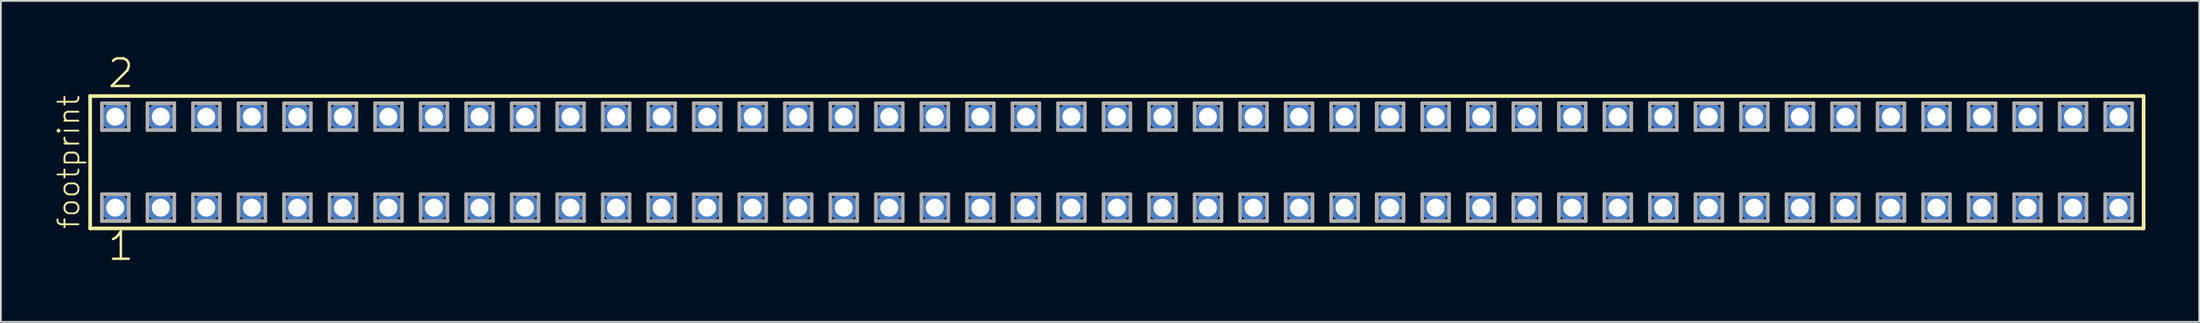
<source format=kicad_pcb>
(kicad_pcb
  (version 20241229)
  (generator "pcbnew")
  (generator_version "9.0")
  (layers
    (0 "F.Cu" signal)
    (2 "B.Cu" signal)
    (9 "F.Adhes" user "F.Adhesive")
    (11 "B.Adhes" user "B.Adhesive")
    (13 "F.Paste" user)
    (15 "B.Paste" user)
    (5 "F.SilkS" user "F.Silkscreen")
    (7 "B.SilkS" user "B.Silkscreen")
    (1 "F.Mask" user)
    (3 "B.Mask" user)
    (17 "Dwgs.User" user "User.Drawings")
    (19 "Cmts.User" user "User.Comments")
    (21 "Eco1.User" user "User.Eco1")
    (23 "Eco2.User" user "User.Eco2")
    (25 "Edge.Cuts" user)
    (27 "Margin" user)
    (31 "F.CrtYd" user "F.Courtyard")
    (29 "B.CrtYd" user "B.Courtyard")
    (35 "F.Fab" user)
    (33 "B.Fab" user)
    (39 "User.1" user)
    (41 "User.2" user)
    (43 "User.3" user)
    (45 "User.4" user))
  (footprint "footprint"
    (layer "F.Cu")
    (at 59.258 6.009)
    (property "Reference" "footprint" (at -57.785 3.81 90) (layer "F.SilkS") (effects (font (size 1.168 1.168) (thickness 0.102)) (justify left bottom)))
    (fp_line (start -57.279 -3.695) (end 57.279 -3.695) (stroke (width 0.203) (type solid)) (layer "F.SilkS"))
    (fp_line (start -57.279 3.695) (end -57.279 -3.695) (stroke (width 0.203) (type solid)) (layer "F.SilkS"))
    (fp_line (start 57.279 -3.695) (end 57.279 3.695) (stroke (width 0.203) (type solid)) (layer "F.SilkS"))
    (fp_line (start 57.279 3.695) (end -57.279 3.695) (stroke (width 0.203) (type solid)) (layer "F.SilkS"))
    (fp_line (start -56.625 -3.295) (end -55.125 -3.295) (stroke (width 0.203) (type solid)) (layer "F.Fab"))
    (fp_line (start -56.625 -1.795) (end -56.625 -3.295) (stroke (width 0.203) (type solid)) (layer "F.Fab"))
    (fp_line (start -56.625 1.785) (end -55.125 1.785) (stroke (width 0.203) (type solid)) (layer "F.Fab"))
    (fp_line (start -56.625 3.285) (end -56.625 1.785) (stroke (width 0.203) (type solid)) (layer "F.Fab"))
    (fp_line (start -55.125 -3.295) (end -55.125 -1.795) (stroke (width 0.203) (type solid)) (layer "F.Fab"))
    (fp_line (start -55.125 -1.795) (end -56.625 -1.795) (stroke (width 0.203) (type solid)) (layer "F.Fab"))
    (fp_line (start -55.125 1.785) (end -55.125 3.285) (stroke (width 0.203) (type solid)) (layer "F.Fab"))
    (fp_line (start -55.125 3.285) (end -56.625 3.285) (stroke (width 0.203) (type solid)) (layer "F.Fab"))
    (fp_line (start -54.085 -3.295) (end -52.585 -3.295) (stroke (width 0.203) (type solid)) (layer "F.Fab"))
    (fp_line (start -54.085 -1.795) (end -54.085 -3.295) (stroke (width 0.203) (type solid)) (layer "F.Fab"))
    (fp_line (start -54.085 1.785) (end -52.585 1.785) (stroke (width 0.203) (type solid)) (layer "F.Fab"))
    (fp_line (start -54.085 3.285) (end -54.085 1.785) (stroke (width 0.203) (type solid)) (layer "F.Fab"))
    (fp_line (start -52.585 -3.295) (end -52.585 -1.795) (stroke (width 0.203) (type solid)) (layer "F.Fab"))
    (fp_line (start -52.585 -1.795) (end -54.085 -1.795) (stroke (width 0.203) (type solid)) (layer "F.Fab"))
    (fp_line (start -52.585 1.785) (end -52.585 3.285) (stroke (width 0.203) (type solid)) (layer "F.Fab"))
    (fp_line (start -52.585 3.285) (end -54.085 3.285) (stroke (width 0.203) (type solid)) (layer "F.Fab"))
    (fp_line (start -51.545 -3.295) (end -50.045 -3.295) (stroke (width 0.203) (type solid)) (layer "F.Fab"))
    (fp_line (start -51.545 -1.795) (end -51.545 -3.295) (stroke (width 0.203) (type solid)) (layer "F.Fab"))
    (fp_line (start -51.545 1.785) (end -50.045 1.785) (stroke (width 0.203) (type solid)) (layer "F.Fab"))
    (fp_line (start -51.545 3.285) (end -51.545 1.785) (stroke (width 0.203) (type solid)) (layer "F.Fab"))
    (fp_line (start -50.045 -3.295) (end -50.045 -1.795) (stroke (width 0.203) (type solid)) (layer "F.Fab"))
    (fp_line (start -50.045 -1.795) (end -51.545 -1.795) (stroke (width 0.203) (type solid)) (layer "F.Fab"))
    (fp_line (start -50.045 1.785) (end -50.045 3.285) (stroke (width 0.203) (type solid)) (layer "F.Fab"))
    (fp_line (start -50.045 3.285) (end -51.545 3.285) (stroke (width 0.203) (type solid)) (layer "F.Fab"))
    (fp_line (start -49.005 -3.295) (end -47.505 -3.295) (stroke (width 0.203) (type solid)) (layer "F.Fab"))
    (fp_line (start -49.005 -1.795) (end -49.005 -3.295) (stroke (width 0.203) (type solid)) (layer "F.Fab"))
    (fp_line (start -49.005 1.785) (end -47.505 1.785) (stroke (width 0.203) (type solid)) (layer "F.Fab"))
    (fp_line (start -49.005 3.285) (end -49.005 1.785) (stroke (width 0.203) (type solid)) (layer "F.Fab"))
    (fp_line (start -47.505 -3.295) (end -47.505 -1.795) (stroke (width 0.203) (type solid)) (layer "F.Fab"))
    (fp_line (start -47.505 -1.795) (end -49.005 -1.795) (stroke (width 0.203) (type solid)) (layer "F.Fab"))
    (fp_line (start -47.505 1.785) (end -47.505 3.285) (stroke (width 0.203) (type solid)) (layer "F.Fab"))
    (fp_line (start -47.505 3.285) (end -49.005 3.285) (stroke (width 0.203) (type solid)) (layer "F.Fab"))
    (fp_line (start -46.465 -3.295) (end -44.965 -3.295) (stroke (width 0.203) (type solid)) (layer "F.Fab"))
    (fp_line (start -46.465 -1.795) (end -46.465 -3.295) (stroke (width 0.203) (type solid)) (layer "F.Fab"))
    (fp_line (start -46.465 1.785) (end -44.965 1.785) (stroke (width 0.203) (type solid)) (layer "F.Fab"))
    (fp_line (start -46.465 3.285) (end -46.465 1.785) (stroke (width 0.203) (type solid)) (layer "F.Fab"))
    (fp_line (start -44.965 -3.295) (end -44.965 -1.795) (stroke (width 0.203) (type solid)) (layer "F.Fab"))
    (fp_line (start -44.965 -1.795) (end -46.465 -1.795) (stroke (width 0.203) (type solid)) (layer "F.Fab"))
    (fp_line (start -44.965 1.785) (end -44.965 3.285) (stroke (width 0.203) (type solid)) (layer "F.Fab"))
    (fp_line (start -44.965 3.285) (end -46.465 3.285) (stroke (width 0.203) (type solid)) (layer "F.Fab"))
    (fp_line (start -43.925 -3.295) (end -42.425 -3.295) (stroke (width 0.203) (type solid)) (layer "F.Fab"))
    (fp_line (start -43.925 -1.795) (end -43.925 -3.295) (stroke (width 0.203) (type solid)) (layer "F.Fab"))
    (fp_line (start -43.925 1.785) (end -42.425 1.785) (stroke (width 0.203) (type solid)) (layer "F.Fab"))
    (fp_line (start -43.925 3.285) (end -43.925 1.785) (stroke (width 0.203) (type solid)) (layer "F.Fab"))
    (fp_line (start -42.425 -3.295) (end -42.425 -1.795) (stroke (width 0.203) (type solid)) (layer "F.Fab"))
    (fp_line (start -42.425 -1.795) (end -43.925 -1.795) (stroke (width 0.203) (type solid)) (layer "F.Fab"))
    (fp_line (start -42.425 1.785) (end -42.425 3.285) (stroke (width 0.203) (type solid)) (layer "F.Fab"))
    (fp_line (start -42.425 3.285) (end -43.925 3.285) (stroke (width 0.203) (type solid)) (layer "F.Fab"))
    (fp_line (start -41.385 -3.295) (end -39.885 -3.295) (stroke (width 0.203) (type solid)) (layer "F.Fab"))
    (fp_line (start -41.385 -1.795) (end -41.385 -3.295) (stroke (width 0.203) (type solid)) (layer "F.Fab"))
    (fp_line (start -41.385 1.785) (end -39.885 1.785) (stroke (width 0.203) (type solid)) (layer "F.Fab"))
    (fp_line (start -41.385 3.285) (end -41.385 1.785) (stroke (width 0.203) (type solid)) (layer "F.Fab"))
    (fp_line (start -39.885 -3.295) (end -39.885 -1.795) (stroke (width 0.203) (type solid)) (layer "F.Fab"))
    (fp_line (start -39.885 -1.795) (end -41.385 -1.795) (stroke (width 0.203) (type solid)) (layer "F.Fab"))
    (fp_line (start -39.885 1.785) (end -39.885 3.285) (stroke (width 0.203) (type solid)) (layer "F.Fab"))
    (fp_line (start -39.885 3.285) (end -41.385 3.285) (stroke (width 0.203) (type solid)) (layer "F.Fab"))
    (fp_line (start -38.845 -3.295) (end -37.345 -3.295) (stroke (width 0.203) (type solid)) (layer "F.Fab"))
    (fp_line (start -38.845 -1.795) (end -38.845 -3.295) (stroke (width 0.203) (type solid)) (layer "F.Fab"))
    (fp_line (start -38.845 1.785) (end -37.345 1.785) (stroke (width 0.203) (type solid)) (layer "F.Fab"))
    (fp_line (start -38.845 3.285) (end -38.845 1.785) (stroke (width 0.203) (type solid)) (layer "F.Fab"))
    (fp_line (start -37.345 -3.295) (end -37.345 -1.795) (stroke (width 0.203) (type solid)) (layer "F.Fab"))
    (fp_line (start -37.345 -1.795) (end -38.845 -1.795) (stroke (width 0.203) (type solid)) (layer "F.Fab"))
    (fp_line (start -37.345 1.785) (end -37.345 3.285) (stroke (width 0.203) (type solid)) (layer "F.Fab"))
    (fp_line (start -37.345 3.285) (end -38.845 3.285) (stroke (width 0.203) (type solid)) (layer "F.Fab"))
    (fp_line (start -36.305 -3.295) (end -34.805 -3.295) (stroke (width 0.203) (type solid)) (layer "F.Fab"))
    (fp_line (start -36.305 -1.795) (end -36.305 -3.295) (stroke (width 0.203) (type solid)) (layer "F.Fab"))
    (fp_line (start -36.305 1.785) (end -34.805 1.785) (stroke (width 0.203) (type solid)) (layer "F.Fab"))
    (fp_line (start -36.305 3.285) (end -36.305 1.785) (stroke (width 0.203) (type solid)) (layer "F.Fab"))
    (fp_line (start -34.805 -3.295) (end -34.805 -1.795) (stroke (width 0.203) (type solid)) (layer "F.Fab"))
    (fp_line (start -34.805 -1.795) (end -36.305 -1.795) (stroke (width 0.203) (type solid)) (layer "F.Fab"))
    (fp_line (start -34.805 1.785) (end -34.805 3.285) (stroke (width 0.203) (type solid)) (layer "F.Fab"))
    (fp_line (start -34.805 3.285) (end -36.305 3.285) (stroke (width 0.203) (type solid)) (layer "F.Fab"))
    (fp_line (start -33.765 -3.295) (end -32.265 -3.295) (stroke (width 0.203) (type solid)) (layer "F.Fab"))
    (fp_line (start -33.765 -1.795) (end -33.765 -3.295) (stroke (width 0.203) (type solid)) (layer "F.Fab"))
    (fp_line (start -33.765 1.785) (end -32.265 1.785) (stroke (width 0.203) (type solid)) (layer "F.Fab"))
    (fp_line (start -33.765 3.285) (end -33.765 1.785) (stroke (width 0.203) (type solid)) (layer "F.Fab"))
    (fp_line (start -32.265 -3.295) (end -32.265 -1.795) (stroke (width 0.203) (type solid)) (layer "F.Fab"))
    (fp_line (start -32.265 -1.795) (end -33.765 -1.795) (stroke (width 0.203) (type solid)) (layer "F.Fab"))
    (fp_line (start -32.265 1.785) (end -32.265 3.285) (stroke (width 0.203) (type solid)) (layer "F.Fab"))
    (fp_line (start -32.265 3.285) (end -33.765 3.285) (stroke (width 0.203) (type solid)) (layer "F.Fab"))
    (fp_line (start -31.225 -3.295) (end -29.725 -3.295) (stroke (width 0.203) (type solid)) (layer "F.Fab"))
    (fp_line (start -31.225 -1.795) (end -31.225 -3.295) (stroke (width 0.203) (type solid)) (layer "F.Fab"))
    (fp_line (start -31.225 1.785) (end -29.725 1.785) (stroke (width 0.203) (type solid)) (layer "F.Fab"))
    (fp_line (start -31.225 3.285) (end -31.225 1.785) (stroke (width 0.203) (type solid)) (layer "F.Fab"))
    (fp_line (start -29.725 -3.295) (end -29.725 -1.795) (stroke (width 0.203) (type solid)) (layer "F.Fab"))
    (fp_line (start -29.725 -1.795) (end -31.225 -1.795) (stroke (width 0.203) (type solid)) (layer "F.Fab"))
    (fp_line (start -29.725 1.785) (end -29.725 3.285) (stroke (width 0.203) (type solid)) (layer "F.Fab"))
    (fp_line (start -29.725 3.285) (end -31.225 3.285) (stroke (width 0.203) (type solid)) (layer "F.Fab"))
    (fp_line (start -28.685 -3.295) (end -27.185 -3.295) (stroke (width 0.203) (type solid)) (layer "F.Fab"))
    (fp_line (start -28.685 -1.795) (end -28.685 -3.295) (stroke (width 0.203) (type solid)) (layer "F.Fab"))
    (fp_line (start -28.685 1.785) (end -27.185 1.785) (stroke (width 0.203) (type solid)) (layer "F.Fab"))
    (fp_line (start -28.685 3.285) (end -28.685 1.785) (stroke (width 0.203) (type solid)) (layer "F.Fab"))
    (fp_line (start -27.185 -3.295) (end -27.185 -1.795) (stroke (width 0.203) (type solid)) (layer "F.Fab"))
    (fp_line (start -27.185 -1.795) (end -28.685 -1.795) (stroke (width 0.203) (type solid)) (layer "F.Fab"))
    (fp_line (start -27.185 1.785) (end -27.185 3.285) (stroke (width 0.203) (type solid)) (layer "F.Fab"))
    (fp_line (start -27.185 3.285) (end -28.685 3.285) (stroke (width 0.203) (type solid)) (layer "F.Fab"))
    (fp_line (start -26.145 -3.295) (end -24.645 -3.295) (stroke (width 0.203) (type solid)) (layer "F.Fab"))
    (fp_line (start -26.145 -1.795) (end -26.145 -3.295) (stroke (width 0.203) (type solid)) (layer "F.Fab"))
    (fp_line (start -26.145 1.785) (end -24.645 1.785) (stroke (width 0.203) (type solid)) (layer "F.Fab"))
    (fp_line (start -26.145 3.285) (end -26.145 1.785) (stroke (width 0.203) (type solid)) (layer "F.Fab"))
    (fp_line (start -24.645 -3.295) (end -24.645 -1.795) (stroke (width 0.203) (type solid)) (layer "F.Fab"))
    (fp_line (start -24.645 -1.795) (end -26.145 -1.795) (stroke (width 0.203) (type solid)) (layer "F.Fab"))
    (fp_line (start -24.645 1.785) (end -24.645 3.285) (stroke (width 0.203) (type solid)) (layer "F.Fab"))
    (fp_line (start -24.645 3.285) (end -26.145 3.285) (stroke (width 0.203) (type solid)) (layer "F.Fab"))
    (fp_line (start -23.605 -3.295) (end -22.105 -3.295) (stroke (width 0.203) (type solid)) (layer "F.Fab"))
    (fp_line (start -23.605 -1.795) (end -23.605 -3.295) (stroke (width 0.203) (type solid)) (layer "F.Fab"))
    (fp_line (start -23.605 1.785) (end -22.105 1.785) (stroke (width 0.203) (type solid)) (layer "F.Fab"))
    (fp_line (start -23.605 3.285) (end -23.605 1.785) (stroke (width 0.203) (type solid)) (layer "F.Fab"))
    (fp_line (start -22.105 -3.295) (end -22.105 -1.795) (stroke (width 0.203) (type solid)) (layer "F.Fab"))
    (fp_line (start -22.105 -1.795) (end -23.605 -1.795) (stroke (width 0.203) (type solid)) (layer "F.Fab"))
    (fp_line (start -22.105 1.785) (end -22.105 3.285) (stroke (width 0.203) (type solid)) (layer "F.Fab"))
    (fp_line (start -22.105 3.285) (end -23.605 3.285) (stroke (width 0.203) (type solid)) (layer "F.Fab"))
    (fp_line (start -21.065 -3.295) (end -19.565 -3.295) (stroke (width 0.203) (type solid)) (layer "F.Fab"))
    (fp_line (start -21.065 -1.795) (end -21.065 -3.295) (stroke (width 0.203) (type solid)) (layer "F.Fab"))
    (fp_line (start -21.065 1.785) (end -19.565 1.785) (stroke (width 0.203) (type solid)) (layer "F.Fab"))
    (fp_line (start -21.065 3.285) (end -21.065 1.785) (stroke (width 0.203) (type solid)) (layer "F.Fab"))
    (fp_line (start -19.565 -3.295) (end -19.565 -1.795) (stroke (width 0.203) (type solid)) (layer "F.Fab"))
    (fp_line (start -19.565 -1.795) (end -21.065 -1.795) (stroke (width 0.203) (type solid)) (layer "F.Fab"))
    (fp_line (start -19.565 1.785) (end -19.565 3.285) (stroke (width 0.203) (type solid)) (layer "F.Fab"))
    (fp_line (start -19.565 3.285) (end -21.065 3.285) (stroke (width 0.203) (type solid)) (layer "F.Fab"))
    (fp_line (start -18.525 -3.295) (end -17.025 -3.295) (stroke (width 0.203) (type solid)) (layer "F.Fab"))
    (fp_line (start -18.525 -1.795) (end -18.525 -3.295) (stroke (width 0.203) (type solid)) (layer "F.Fab"))
    (fp_line (start -18.525 1.785) (end -17.025 1.785) (stroke (width 0.203) (type solid)) (layer "F.Fab"))
    (fp_line (start -18.525 3.285) (end -18.525 1.785) (stroke (width 0.203) (type solid)) (layer "F.Fab"))
    (fp_line (start -17.025 -3.295) (end -17.025 -1.795) (stroke (width 0.203) (type solid)) (layer "F.Fab"))
    (fp_line (start -17.025 -1.795) (end -18.525 -1.795) (stroke (width 0.203) (type solid)) (layer "F.Fab"))
    (fp_line (start -17.025 1.785) (end -17.025 3.285) (stroke (width 0.203) (type solid)) (layer "F.Fab"))
    (fp_line (start -17.025 3.285) (end -18.525 3.285) (stroke (width 0.203) (type solid)) (layer "F.Fab"))
    (fp_line (start -15.985 -3.295) (end -14.485 -3.295) (stroke (width 0.203) (type solid)) (layer "F.Fab"))
    (fp_line (start -15.985 -1.795) (end -15.985 -3.295) (stroke (width 0.203) (type solid)) (layer "F.Fab"))
    (fp_line (start -15.985 1.785) (end -14.485 1.785) (stroke (width 0.203) (type solid)) (layer "F.Fab"))
    (fp_line (start -15.985 3.285) (end -15.985 1.785) (stroke (width 0.203) (type solid)) (layer "F.Fab"))
    (fp_line (start -14.485 -3.295) (end -14.485 -1.795) (stroke (width 0.203) (type solid)) (layer "F.Fab"))
    (fp_line (start -14.485 -1.795) (end -15.985 -1.795) (stroke (width 0.203) (type solid)) (layer "F.Fab"))
    (fp_line (start -14.485 1.785) (end -14.485 3.285) (stroke (width 0.203) (type solid)) (layer "F.Fab"))
    (fp_line (start -14.485 3.285) (end -15.985 3.285) (stroke (width 0.203) (type solid)) (layer "F.Fab"))
    (fp_line (start -13.445 -3.295) (end -11.945 -3.295) (stroke (width 0.203) (type solid)) (layer "F.Fab"))
    (fp_line (start -13.445 -1.795) (end -13.445 -3.295) (stroke (width 0.203) (type solid)) (layer "F.Fab"))
    (fp_line (start -13.445 1.785) (end -11.945 1.785) (stroke (width 0.203) (type solid)) (layer "F.Fab"))
    (fp_line (start -13.445 3.285) (end -13.445 1.785) (stroke (width 0.203) (type solid)) (layer "F.Fab"))
    (fp_line (start -11.945 -3.295) (end -11.945 -1.795) (stroke (width 0.203) (type solid)) (layer "F.Fab"))
    (fp_line (start -11.945 -1.795) (end -13.445 -1.795) (stroke (width 0.203) (type solid)) (layer "F.Fab"))
    (fp_line (start -11.945 1.785) (end -11.945 3.285) (stroke (width 0.203) (type solid)) (layer "F.Fab"))
    (fp_line (start -11.945 3.285) (end -13.445 3.285) (stroke (width 0.203) (type solid)) (layer "F.Fab"))
    (fp_line (start -10.905 -3.295) (end -9.405 -3.295) (stroke (width 0.203) (type solid)) (layer "F.Fab"))
    (fp_line (start -10.905 -1.795) (end -10.905 -3.295) (stroke (width 0.203) (type solid)) (layer "F.Fab"))
    (fp_line (start -10.905 1.785) (end -9.405 1.785) (stroke (width 0.203) (type solid)) (layer "F.Fab"))
    (fp_line (start -10.905 3.285) (end -10.905 1.785) (stroke (width 0.203) (type solid)) (layer "F.Fab"))
    (fp_line (start -9.405 -3.295) (end -9.405 -1.795) (stroke (width 0.203) (type solid)) (layer "F.Fab"))
    (fp_line (start -9.405 -1.795) (end -10.905 -1.795) (stroke (width 0.203) (type solid)) (layer "F.Fab"))
    (fp_line (start -9.405 1.785) (end -9.405 3.285) (stroke (width 0.203) (type solid)) (layer "F.Fab"))
    (fp_line (start -9.405 3.285) (end -10.905 3.285) (stroke (width 0.203) (type solid)) (layer "F.Fab"))
    (fp_line (start -8.365 -3.295) (end -6.865 -3.295) (stroke (width 0.203) (type solid)) (layer "F.Fab"))
    (fp_line (start -8.365 -1.795) (end -8.365 -3.295) (stroke (width 0.203) (type solid)) (layer "F.Fab"))
    (fp_line (start -8.365 1.785) (end -6.865 1.785) (stroke (width 0.203) (type solid)) (layer "F.Fab"))
    (fp_line (start -8.365 3.285) (end -8.365 1.785) (stroke (width 0.203) (type solid)) (layer "F.Fab"))
    (fp_line (start -6.865 -3.295) (end -6.865 -1.795) (stroke (width 0.203) (type solid)) (layer "F.Fab"))
    (fp_line (start -6.865 -1.795) (end -8.365 -1.795) (stroke (width 0.203) (type solid)) (layer "F.Fab"))
    (fp_line (start -6.865 1.785) (end -6.865 3.285) (stroke (width 0.203) (type solid)) (layer "F.Fab"))
    (fp_line (start -6.865 3.285) (end -8.365 3.285) (stroke (width 0.203) (type solid)) (layer "F.Fab"))
    (fp_line (start -5.825 -3.295) (end -4.325 -3.295) (stroke (width 0.203) (type solid)) (layer "F.Fab"))
    (fp_line (start -5.825 -1.795) (end -5.825 -3.295) (stroke (width 0.203) (type solid)) (layer "F.Fab"))
    (fp_line (start -5.825 1.785) (end -4.325 1.785) (stroke (width 0.203) (type solid)) (layer "F.Fab"))
    (fp_line (start -5.825 3.285) (end -5.825 1.785) (stroke (width 0.203) (type solid)) (layer "F.Fab"))
    (fp_line (start -4.325 -3.295) (end -4.325 -1.795) (stroke (width 0.203) (type solid)) (layer "F.Fab"))
    (fp_line (start -4.325 -1.795) (end -5.825 -1.795) (stroke (width 0.203) (type solid)) (layer "F.Fab"))
    (fp_line (start -4.325 1.785) (end -4.325 3.285) (stroke (width 0.203) (type solid)) (layer "F.Fab"))
    (fp_line (start -4.325 3.285) (end -5.825 3.285) (stroke (width 0.203) (type solid)) (layer "F.Fab"))
    (fp_line (start -3.285 -3.295) (end -1.785 -3.295) (stroke (width 0.203) (type solid)) (layer "F.Fab"))
    (fp_line (start -3.285 -1.795) (end -3.285 -3.295) (stroke (width 0.203) (type solid)) (layer "F.Fab"))
    (fp_line (start -3.285 1.785) (end -1.785 1.785) (stroke (width 0.203) (type solid)) (layer "F.Fab"))
    (fp_line (start -3.285 3.285) (end -3.285 1.785) (stroke (width 0.203) (type solid)) (layer "F.Fab"))
    (fp_line (start -1.785 -3.295) (end -1.785 -1.795) (stroke (width 0.203) (type solid)) (layer "F.Fab"))
    (fp_line (start -1.785 -1.795) (end -3.285 -1.795) (stroke (width 0.203) (type solid)) (layer "F.Fab"))
    (fp_line (start -1.785 1.785) (end -1.785 3.285) (stroke (width 0.203) (type solid)) (layer "F.Fab"))
    (fp_line (start -1.785 3.285) (end -3.285 3.285) (stroke (width 0.203) (type solid)) (layer "F.Fab"))
    (fp_line (start -0.745 -3.295) (end 0.755 -3.295) (stroke (width 0.203) (type solid)) (layer "F.Fab"))
    (fp_line (start -0.745 -1.795) (end -0.745 -3.295) (stroke (width 0.203) (type solid)) (layer "F.Fab"))
    (fp_line (start -0.745 1.785) (end 0.755 1.785) (stroke (width 0.203) (type solid)) (layer "F.Fab"))
    (fp_line (start -0.745 3.285) (end -0.745 1.785) (stroke (width 0.203) (type solid)) (layer "F.Fab"))
    (fp_line (start 0.755 -3.295) (end 0.755 -1.795) (stroke (width 0.203) (type solid)) (layer "F.Fab"))
    (fp_line (start 0.755 -1.795) (end -0.745 -1.795) (stroke (width 0.203) (type solid)) (layer "F.Fab"))
    (fp_line (start 0.755 1.785) (end 0.755 3.285) (stroke (width 0.203) (type solid)) (layer "F.Fab"))
    (fp_line (start 0.755 3.285) (end -0.745 3.285) (stroke (width 0.203) (type solid)) (layer "F.Fab"))
    (fp_line (start 1.795 -3.295) (end 3.295 -3.295) (stroke (width 0.203) (type solid)) (layer "F.Fab"))
    (fp_line (start 1.795 -1.795) (end 1.795 -3.295) (stroke (width 0.203) (type solid)) (layer "F.Fab"))
    (fp_line (start 1.795 1.785) (end 3.295 1.785) (stroke (width 0.203) (type solid)) (layer "F.Fab"))
    (fp_line (start 1.795 3.285) (end 1.795 1.785) (stroke (width 0.203) (type solid)) (layer "F.Fab"))
    (fp_line (start 3.295 -3.295) (end 3.295 -1.795) (stroke (width 0.203) (type solid)) (layer "F.Fab"))
    (fp_line (start 3.295 -1.795) (end 1.795 -1.795) (stroke (width 0.203) (type solid)) (layer "F.Fab"))
    (fp_line (start 3.295 1.785) (end 3.295 3.285) (stroke (width 0.203) (type solid)) (layer "F.Fab"))
    (fp_line (start 3.295 3.285) (end 1.795 3.285) (stroke (width 0.203) (type solid)) (layer "F.Fab"))
    (fp_line (start 4.335 -3.295) (end 5.835 -3.295) (stroke (width 0.203) (type solid)) (layer "F.Fab"))
    (fp_line (start 4.335 -1.795) (end 4.335 -3.295) (stroke (width 0.203) (type solid)) (layer "F.Fab"))
    (fp_line (start 4.335 1.785) (end 5.835 1.785) (stroke (width 0.203) (type solid)) (layer "F.Fab"))
    (fp_line (start 4.335 3.285) (end 4.335 1.785) (stroke (width 0.203) (type solid)) (layer "F.Fab"))
    (fp_line (start 5.835 -3.295) (end 5.835 -1.795) (stroke (width 0.203) (type solid)) (layer "F.Fab"))
    (fp_line (start 5.835 -1.795) (end 4.335 -1.795) (stroke (width 0.203) (type solid)) (layer "F.Fab"))
    (fp_line (start 5.835 1.785) (end 5.835 3.285) (stroke (width 0.203) (type solid)) (layer "F.Fab"))
    (fp_line (start 5.835 3.285) (end 4.335 3.285) (stroke (width 0.203) (type solid)) (layer "F.Fab"))
    (fp_line (start 6.875 -3.295) (end 8.375 -3.295) (stroke (width 0.203) (type solid)) (layer "F.Fab"))
    (fp_line (start 6.875 -1.795) (end 6.875 -3.295) (stroke (width 0.203) (type solid)) (layer "F.Fab"))
    (fp_line (start 6.875 1.785) (end 8.375 1.785) (stroke (width 0.203) (type solid)) (layer "F.Fab"))
    (fp_line (start 6.875 3.285) (end 6.875 1.785) (stroke (width 0.203) (type solid)) (layer "F.Fab"))
    (fp_line (start 8.375 -3.295) (end 8.375 -1.795) (stroke (width 0.203) (type solid)) (layer "F.Fab"))
    (fp_line (start 8.375 -1.795) (end 6.875 -1.795) (stroke (width 0.203) (type solid)) (layer "F.Fab"))
    (fp_line (start 8.375 1.785) (end 8.375 3.285) (stroke (width 0.203) (type solid)) (layer "F.Fab"))
    (fp_line (start 8.375 3.285) (end 6.875 3.285) (stroke (width 0.203) (type solid)) (layer "F.Fab"))
    (fp_line (start 9.415 -3.295) (end 10.915 -3.295) (stroke (width 0.203) (type solid)) (layer "F.Fab"))
    (fp_line (start 9.415 -1.795) (end 9.415 -3.295) (stroke (width 0.203) (type solid)) (layer "F.Fab"))
    (fp_line (start 9.415 1.785) (end 10.915 1.785) (stroke (width 0.203) (type solid)) (layer "F.Fab"))
    (fp_line (start 9.415 3.285) (end 9.415 1.785) (stroke (width 0.203) (type solid)) (layer "F.Fab"))
    (fp_line (start 10.915 -3.295) (end 10.915 -1.795) (stroke (width 0.203) (type solid)) (layer "F.Fab"))
    (fp_line (start 10.915 -1.795) (end 9.415 -1.795) (stroke (width 0.203) (type solid)) (layer "F.Fab"))
    (fp_line (start 10.915 1.785) (end 10.915 3.285) (stroke (width 0.203) (type solid)) (layer "F.Fab"))
    (fp_line (start 10.915 3.285) (end 9.415 3.285) (stroke (width 0.203) (type solid)) (layer "F.Fab"))
    (fp_line (start 11.955 -3.295) (end 13.455 -3.295) (stroke (width 0.203) (type solid)) (layer "F.Fab"))
    (fp_line (start 11.955 -1.795) (end 11.955 -3.295) (stroke (width 0.203) (type solid)) (layer "F.Fab"))
    (fp_line (start 11.955 1.785) (end 13.455 1.785) (stroke (width 0.203) (type solid)) (layer "F.Fab"))
    (fp_line (start 11.955 3.285) (end 11.955 1.785) (stroke (width 0.203) (type solid)) (layer "F.Fab"))
    (fp_line (start 13.455 -3.295) (end 13.455 -1.795) (stroke (width 0.203) (type solid)) (layer "F.Fab"))
    (fp_line (start 13.455 -1.795) (end 11.955 -1.795) (stroke (width 0.203) (type solid)) (layer "F.Fab"))
    (fp_line (start 13.455 1.785) (end 13.455 3.285) (stroke (width 0.203) (type solid)) (layer "F.Fab"))
    (fp_line (start 13.455 3.285) (end 11.955 3.285) (stroke (width 0.203) (type solid)) (layer "F.Fab"))
    (fp_line (start 14.495 -3.295) (end 15.995 -3.295) (stroke (width 0.203) (type solid)) (layer "F.Fab"))
    (fp_line (start 14.495 -1.795) (end 14.495 -3.295) (stroke (width 0.203) (type solid)) (layer "F.Fab"))
    (fp_line (start 14.495 1.785) (end 15.995 1.785) (stroke (width 0.203) (type solid)) (layer "F.Fab"))
    (fp_line (start 14.495 3.285) (end 14.495 1.785) (stroke (width 0.203) (type solid)) (layer "F.Fab"))
    (fp_line (start 15.995 -3.295) (end 15.995 -1.795) (stroke (width 0.203) (type solid)) (layer "F.Fab"))
    (fp_line (start 15.995 -1.795) (end 14.495 -1.795) (stroke (width 0.203) (type solid)) (layer "F.Fab"))
    (fp_line (start 15.995 1.785) (end 15.995 3.285) (stroke (width 0.203) (type solid)) (layer "F.Fab"))
    (fp_line (start 15.995 3.285) (end 14.495 3.285) (stroke (width 0.203) (type solid)) (layer "F.Fab"))
    (fp_line (start 17.035 -3.295) (end 18.535 -3.295) (stroke (width 0.203) (type solid)) (layer "F.Fab"))
    (fp_line (start 17.035 -1.795) (end 17.035 -3.295) (stroke (width 0.203) (type solid)) (layer "F.Fab"))
    (fp_line (start 17.035 1.785) (end 18.535 1.785) (stroke (width 0.203) (type solid)) (layer "F.Fab"))
    (fp_line (start 17.035 3.285) (end 17.035 1.785) (stroke (width 0.203) (type solid)) (layer "F.Fab"))
    (fp_line (start 18.535 -3.295) (end 18.535 -1.795) (stroke (width 0.203) (type solid)) (layer "F.Fab"))
    (fp_line (start 18.535 -1.795) (end 17.035 -1.795) (stroke (width 0.203) (type solid)) (layer "F.Fab"))
    (fp_line (start 18.535 1.785) (end 18.535 3.285) (stroke (width 0.203) (type solid)) (layer "F.Fab"))
    (fp_line (start 18.535 3.285) (end 17.035 3.285) (stroke (width 0.203) (type solid)) (layer "F.Fab"))
    (fp_line (start 19.575 -3.295) (end 21.075 -3.295) (stroke (width 0.203) (type solid)) (layer "F.Fab"))
    (fp_line (start 19.575 -1.795) (end 19.575 -3.295) (stroke (width 0.203) (type solid)) (layer "F.Fab"))
    (fp_line (start 19.575 1.785) (end 21.075 1.785) (stroke (width 0.203) (type solid)) (layer "F.Fab"))
    (fp_line (start 19.575 3.285) (end 19.575 1.785) (stroke (width 0.203) (type solid)) (layer "F.Fab"))
    (fp_line (start 21.075 -3.295) (end 21.075 -1.795) (stroke (width 0.203) (type solid)) (layer "F.Fab"))
    (fp_line (start 21.075 -1.795) (end 19.575 -1.795) (stroke (width 0.203) (type solid)) (layer "F.Fab"))
    (fp_line (start 21.075 1.785) (end 21.075 3.285) (stroke (width 0.203) (type solid)) (layer "F.Fab"))
    (fp_line (start 21.075 3.285) (end 19.575 3.285) (stroke (width 0.203) (type solid)) (layer "F.Fab"))
    (fp_line (start 22.115 -3.295) (end 23.615 -3.295) (stroke (width 0.203) (type solid)) (layer "F.Fab"))
    (fp_line (start 22.115 -1.795) (end 22.115 -3.295) (stroke (width 0.203) (type solid)) (layer "F.Fab"))
    (fp_line (start 22.115 1.785) (end 23.615 1.785) (stroke (width 0.203) (type solid)) (layer "F.Fab"))
    (fp_line (start 22.115 3.285) (end 22.115 1.785) (stroke (width 0.203) (type solid)) (layer "F.Fab"))
    (fp_line (start 23.615 -3.295) (end 23.615 -1.795) (stroke (width 0.203) (type solid)) (layer "F.Fab"))
    (fp_line (start 23.615 -1.795) (end 22.115 -1.795) (stroke (width 0.203) (type solid)) (layer "F.Fab"))
    (fp_line (start 23.615 1.785) (end 23.615 3.285) (stroke (width 0.203) (type solid)) (layer "F.Fab"))
    (fp_line (start 23.615 3.285) (end 22.115 3.285) (stroke (width 0.203) (type solid)) (layer "F.Fab"))
    (fp_line (start 24.655 -3.295) (end 26.155 -3.295) (stroke (width 0.203) (type solid)) (layer "F.Fab"))
    (fp_line (start 24.655 -1.795) (end 24.655 -3.295) (stroke (width 0.203) (type solid)) (layer "F.Fab"))
    (fp_line (start 24.655 1.785) (end 26.155 1.785) (stroke (width 0.203) (type solid)) (layer "F.Fab"))
    (fp_line (start 24.655 3.285) (end 24.655 1.785) (stroke (width 0.203) (type solid)) (layer "F.Fab"))
    (fp_line (start 26.155 -3.295) (end 26.155 -1.795) (stroke (width 0.203) (type solid)) (layer "F.Fab"))
    (fp_line (start 26.155 -1.795) (end 24.655 -1.795) (stroke (width 0.203) (type solid)) (layer "F.Fab"))
    (fp_line (start 26.155 1.785) (end 26.155 3.285) (stroke (width 0.203) (type solid)) (layer "F.Fab"))
    (fp_line (start 26.155 3.285) (end 24.655 3.285) (stroke (width 0.203) (type solid)) (layer "F.Fab"))
    (fp_line (start 27.195 -3.295) (end 28.695 -3.295) (stroke (width 0.203) (type solid)) (layer "F.Fab"))
    (fp_line (start 27.195 -1.795) (end 27.195 -3.295) (stroke (width 0.203) (type solid)) (layer "F.Fab"))
    (fp_line (start 27.195 1.785) (end 28.695 1.785) (stroke (width 0.203) (type solid)) (layer "F.Fab"))
    (fp_line (start 27.195 3.285) (end 27.195 1.785) (stroke (width 0.203) (type solid)) (layer "F.Fab"))
    (fp_line (start 28.695 -3.295) (end 28.695 -1.795) (stroke (width 0.203) (type solid)) (layer "F.Fab"))
    (fp_line (start 28.695 -1.795) (end 27.195 -1.795) (stroke (width 0.203) (type solid)) (layer "F.Fab"))
    (fp_line (start 28.695 1.785) (end 28.695 3.285) (stroke (width 0.203) (type solid)) (layer "F.Fab"))
    (fp_line (start 28.695 3.285) (end 27.195 3.285) (stroke (width 0.203) (type solid)) (layer "F.Fab"))
    (fp_line (start 29.735 -3.295) (end 31.235 -3.295) (stroke (width 0.203) (type solid)) (layer "F.Fab"))
    (fp_line (start 29.735 -1.795) (end 29.735 -3.295) (stroke (width 0.203) (type solid)) (layer "F.Fab"))
    (fp_line (start 29.735 1.785) (end 31.235 1.785) (stroke (width 0.203) (type solid)) (layer "F.Fab"))
    (fp_line (start 29.735 3.285) (end 29.735 1.785) (stroke (width 0.203) (type solid)) (layer "F.Fab"))
    (fp_line (start 31.235 -3.295) (end 31.235 -1.795) (stroke (width 0.203) (type solid)) (layer "F.Fab"))
    (fp_line (start 31.235 -1.795) (end 29.735 -1.795) (stroke (width 0.203) (type solid)) (layer "F.Fab"))
    (fp_line (start 31.235 1.785) (end 31.235 3.285) (stroke (width 0.203) (type solid)) (layer "F.Fab"))
    (fp_line (start 31.235 3.285) (end 29.735 3.285) (stroke (width 0.203) (type solid)) (layer "F.Fab"))
    (fp_line (start 32.275 -3.295) (end 33.775 -3.295) (stroke (width 0.203) (type solid)) (layer "F.Fab"))
    (fp_line (start 32.275 -1.795) (end 32.275 -3.295) (stroke (width 0.203) (type solid)) (layer "F.Fab"))
    (fp_line (start 32.275 1.785) (end 33.775 1.785) (stroke (width 0.203) (type solid)) (layer "F.Fab"))
    (fp_line (start 32.275 3.285) (end 32.275 1.785) (stroke (width 0.203) (type solid)) (layer "F.Fab"))
    (fp_line (start 33.775 -3.295) (end 33.775 -1.795) (stroke (width 0.203) (type solid)) (layer "F.Fab"))
    (fp_line (start 33.775 -1.795) (end 32.275 -1.795) (stroke (width 0.203) (type solid)) (layer "F.Fab"))
    (fp_line (start 33.775 1.785) (end 33.775 3.285) (stroke (width 0.203) (type solid)) (layer "F.Fab"))
    (fp_line (start 33.775 3.285) (end 32.275 3.285) (stroke (width 0.203) (type solid)) (layer "F.Fab"))
    (fp_line (start 34.815 -3.295) (end 36.315 -3.295) (stroke (width 0.203) (type solid)) (layer "F.Fab"))
    (fp_line (start 34.815 -1.795) (end 34.815 -3.295) (stroke (width 0.203) (type solid)) (layer "F.Fab"))
    (fp_line (start 34.815 1.785) (end 36.315 1.785) (stroke (width 0.203) (type solid)) (layer "F.Fab"))
    (fp_line (start 34.815 3.285) (end 34.815 1.785) (stroke (width 0.203) (type solid)) (layer "F.Fab"))
    (fp_line (start 36.315 -3.295) (end 36.315 -1.795) (stroke (width 0.203) (type solid)) (layer "F.Fab"))
    (fp_line (start 36.315 -1.795) (end 34.815 -1.795) (stroke (width 0.203) (type solid)) (layer "F.Fab"))
    (fp_line (start 36.315 1.785) (end 36.315 3.285) (stroke (width 0.203) (type solid)) (layer "F.Fab"))
    (fp_line (start 36.315 3.285) (end 34.815 3.285) (stroke (width 0.203) (type solid)) (layer "F.Fab"))
    (fp_line (start 37.355 -3.295) (end 38.855 -3.295) (stroke (width 0.203) (type solid)) (layer "F.Fab"))
    (fp_line (start 37.355 -1.795) (end 37.355 -3.295) (stroke (width 0.203) (type solid)) (layer "F.Fab"))
    (fp_line (start 37.355 1.785) (end 38.855 1.785) (stroke (width 0.203) (type solid)) (layer "F.Fab"))
    (fp_line (start 37.355 3.285) (end 37.355 1.785) (stroke (width 0.203) (type solid)) (layer "F.Fab"))
    (fp_line (start 38.855 -3.295) (end 38.855 -1.795) (stroke (width 0.203) (type solid)) (layer "F.Fab"))
    (fp_line (start 38.855 -1.795) (end 37.355 -1.795) (stroke (width 0.203) (type solid)) (layer "F.Fab"))
    (fp_line (start 38.855 1.785) (end 38.855 3.285) (stroke (width 0.203) (type solid)) (layer "F.Fab"))
    (fp_line (start 38.855 3.285) (end 37.355 3.285) (stroke (width 0.203) (type solid)) (layer "F.Fab"))
    (fp_line (start 39.895 -3.295) (end 41.395 -3.295) (stroke (width 0.203) (type solid)) (layer "F.Fab"))
    (fp_line (start 39.895 -1.795) (end 39.895 -3.295) (stroke (width 0.203) (type solid)) (layer "F.Fab"))
    (fp_line (start 39.895 1.785) (end 41.395 1.785) (stroke (width 0.203) (type solid)) (layer "F.Fab"))
    (fp_line (start 39.895 3.285) (end 39.895 1.785) (stroke (width 0.203) (type solid)) (layer "F.Fab"))
    (fp_line (start 41.395 -3.295) (end 41.395 -1.795) (stroke (width 0.203) (type solid)) (layer "F.Fab"))
    (fp_line (start 41.395 -1.795) (end 39.895 -1.795) (stroke (width 0.203) (type solid)) (layer "F.Fab"))
    (fp_line (start 41.395 1.785) (end 41.395 3.285) (stroke (width 0.203) (type solid)) (layer "F.Fab"))
    (fp_line (start 41.395 3.285) (end 39.895 3.285) (stroke (width 0.203) (type solid)) (layer "F.Fab"))
    (fp_line (start 42.435 -3.295) (end 43.935 -3.295) (stroke (width 0.203) (type solid)) (layer "F.Fab"))
    (fp_line (start 42.435 -1.795) (end 42.435 -3.295) (stroke (width 0.203) (type solid)) (layer "F.Fab"))
    (fp_line (start 42.435 1.785) (end 43.935 1.785) (stroke (width 0.203) (type solid)) (layer "F.Fab"))
    (fp_line (start 42.435 3.285) (end 42.435 1.785) (stroke (width 0.203) (type solid)) (layer "F.Fab"))
    (fp_line (start 43.935 -3.295) (end 43.935 -1.795) (stroke (width 0.203) (type solid)) (layer "F.Fab"))
    (fp_line (start 43.935 -1.795) (end 42.435 -1.795) (stroke (width 0.203) (type solid)) (layer "F.Fab"))
    (fp_line (start 43.935 1.785) (end 43.935 3.285) (stroke (width 0.203) (type solid)) (layer "F.Fab"))
    (fp_line (start 43.935 3.285) (end 42.435 3.285) (stroke (width 0.203) (type solid)) (layer "F.Fab"))
    (fp_line (start 44.975 -3.295) (end 46.475 -3.295) (stroke (width 0.203) (type solid)) (layer "F.Fab"))
    (fp_line (start 44.975 -1.795) (end 44.975 -3.295) (stroke (width 0.203) (type solid)) (layer "F.Fab"))
    (fp_line (start 44.975 1.785) (end 46.475 1.785) (stroke (width 0.203) (type solid)) (layer "F.Fab"))
    (fp_line (start 44.975 3.285) (end 44.975 1.785) (stroke (width 0.203) (type solid)) (layer "F.Fab"))
    (fp_line (start 46.475 -3.295) (end 46.475 -1.795) (stroke (width 0.203) (type solid)) (layer "F.Fab"))
    (fp_line (start 46.475 -1.795) (end 44.975 -1.795) (stroke (width 0.203) (type solid)) (layer "F.Fab"))
    (fp_line (start 46.475 1.785) (end 46.475 3.285) (stroke (width 0.203) (type solid)) (layer "F.Fab"))
    (fp_line (start 46.475 3.285) (end 44.975 3.285) (stroke (width 0.203) (type solid)) (layer "F.Fab"))
    (fp_line (start 47.515 -3.295) (end 49.015 -3.295) (stroke (width 0.203) (type solid)) (layer "F.Fab"))
    (fp_line (start 47.515 -1.795) (end 47.515 -3.295) (stroke (width 0.203) (type solid)) (layer "F.Fab"))
    (fp_line (start 47.515 1.785) (end 49.015 1.785) (stroke (width 0.203) (type solid)) (layer "F.Fab"))
    (fp_line (start 47.515 3.285) (end 47.515 1.785) (stroke (width 0.203) (type solid)) (layer "F.Fab"))
    (fp_line (start 49.015 -3.295) (end 49.015 -1.795) (stroke (width 0.203) (type solid)) (layer "F.Fab"))
    (fp_line (start 49.015 -1.795) (end 47.515 -1.795) (stroke (width 0.203) (type solid)) (layer "F.Fab"))
    (fp_line (start 49.015 1.785) (end 49.015 3.285) (stroke (width 0.203) (type solid)) (layer "F.Fab"))
    (fp_line (start 49.015 3.285) (end 47.515 3.285) (stroke (width 0.203) (type solid)) (layer "F.Fab"))
    (fp_line (start 50.055 -3.295) (end 51.555 -3.295) (stroke (width 0.203) (type solid)) (layer "F.Fab"))
    (fp_line (start 50.055 -1.795) (end 50.055 -3.295) (stroke (width 0.203) (type solid)) (layer "F.Fab"))
    (fp_line (start 50.055 1.785) (end 51.555 1.785) (stroke (width 0.203) (type solid)) (layer "F.Fab"))
    (fp_line (start 50.055 3.285) (end 50.055 1.785) (stroke (width 0.203) (type solid)) (layer "F.Fab"))
    (fp_line (start 51.555 -3.295) (end 51.555 -1.795) (stroke (width 0.203) (type solid)) (layer "F.Fab"))
    (fp_line (start 51.555 -1.795) (end 50.055 -1.795) (stroke (width 0.203) (type solid)) (layer "F.Fab"))
    (fp_line (start 51.555 1.785) (end 51.555 3.285) (stroke (width 0.203) (type solid)) (layer "F.Fab"))
    (fp_line (start 51.555 3.285) (end 50.055 3.285) (stroke (width 0.203) (type solid)) (layer "F.Fab"))
    (fp_line (start 52.595 -3.295) (end 54.095 -3.295) (stroke (width 0.203) (type solid)) (layer "F.Fab"))
    (fp_line (start 52.595 -1.795) (end 52.595 -3.295) (stroke (width 0.203) (type solid)) (layer "F.Fab"))
    (fp_line (start 52.595 1.785) (end 54.095 1.785) (stroke (width 0.203) (type solid)) (layer "F.Fab"))
    (fp_line (start 52.595 3.285) (end 52.595 1.785) (stroke (width 0.203) (type solid)) (layer "F.Fab"))
    (fp_line (start 54.095 -3.295) (end 54.095 -1.795) (stroke (width 0.203) (type solid)) (layer "F.Fab"))
    (fp_line (start 54.095 -1.795) (end 52.595 -1.795) (stroke (width 0.203) (type solid)) (layer "F.Fab"))
    (fp_line (start 54.095 1.785) (end 54.095 3.285) (stroke (width 0.203) (type solid)) (layer "F.Fab"))
    (fp_line (start 54.095 3.285) (end 52.595 3.285) (stroke (width 0.203) (type solid)) (layer "F.Fab"))
    (fp_line (start 55.135 -3.295) (end 56.635 -3.295) (stroke (width 0.203) (type solid)) (layer "F.Fab"))
    (fp_line (start 55.135 -1.795) (end 55.135 -3.295) (stroke (width 0.203) (type solid)) (layer "F.Fab"))
    (fp_line (start 55.135 1.785) (end 56.635 1.785) (stroke (width 0.203) (type solid)) (layer "F.Fab"))
    (fp_line (start 55.135 3.285) (end 55.135 1.785) (stroke (width 0.203) (type solid)) (layer "F.Fab"))
    (fp_line (start 56.635 -3.295) (end 56.635 -1.795) (stroke (width 0.203) (type solid)) (layer "F.Fab"))
    (fp_line (start 56.635 -1.795) (end 55.135 -1.795) (stroke (width 0.203) (type solid)) (layer "F.Fab"))
    (fp_line (start 56.635 1.785) (end 56.635 3.285) (stroke (width 0.203) (type solid)) (layer "F.Fab"))
    (fp_line (start 56.635 3.285) (end 55.135 3.285) (stroke (width 0.203) (type solid)) (layer "F.Fab"))
    (fp_text user "2" (at -56.388 -4.064 0) (layer "F.SilkS") (effects (font (size 1.542 1.542) (thickness 0.134)) (justify left bottom)))
    (fp_text user "1" (at -56.388 5.588 0) (layer "F.SilkS") (effects (font (size 1.542 1.542) (thickness 0.134)) (justify left bottom)))
    (pad "1" thru_hole roundrect (at -55.88 2.54) (size 1.5 1.5) (drill 1) (layers "*.Cu" "*.Mask") (roundrect_rratio 0.25) (chamfer_ratio 0.25) (chamfer top_left top_right bottom_left bottom_right))
    (pad "2" thru_hole roundrect (at -55.88 -2.54) (size 1.5 1.5) (drill 1) (layers "*.Cu" "*.Mask") (roundrect_rratio 0.25) (chamfer_ratio 0.25) (chamfer top_left top_right bottom_left bottom_right))
    (pad "3" thru_hole roundrect (at -53.34 2.54) (size 1.5 1.5) (drill 1) (layers "*.Cu" "*.Mask") (roundrect_rratio 0.25) (chamfer_ratio 0.25) (chamfer top_left top_right bottom_left bottom_right))
    (pad "4" thru_hole roundrect (at -53.34 -2.54) (size 1.5 1.5) (drill 1) (layers "*.Cu" "*.Mask") (roundrect_rratio 0.25) (chamfer_ratio 0.25) (chamfer top_left top_right bottom_left bottom_right))
    (pad "5" thru_hole roundrect (at -50.8 2.54) (size 1.5 1.5) (drill 1) (layers "*.Cu" "*.Mask") (roundrect_rratio 0.25) (chamfer_ratio 0.25) (chamfer top_left top_right bottom_left bottom_right))
    (pad "6" thru_hole roundrect (at -50.8 -2.54) (size 1.5 1.5) (drill 1) (layers "*.Cu" "*.Mask") (roundrect_rratio 0.25) (chamfer_ratio 0.25) (chamfer top_left top_right bottom_left bottom_right))
    (pad "7" thru_hole roundrect (at -48.26 2.54) (size 1.5 1.5) (drill 1) (layers "*.Cu" "*.Mask") (roundrect_rratio 0.25) (chamfer_ratio 0.25) (chamfer top_left top_right bottom_left bottom_right))
    (pad "8" thru_hole roundrect (at -48.26 -2.54) (size 1.5 1.5) (drill 1) (layers "*.Cu" "*.Mask") (roundrect_rratio 0.25) (chamfer_ratio 0.25) (chamfer top_left top_right bottom_left bottom_right))
    (pad "9" thru_hole roundrect (at -45.72 2.54) (size 1.5 1.5) (drill 1) (layers "*.Cu" "*.Mask") (roundrect_rratio 0.25) (chamfer_ratio 0.25) (chamfer top_left top_right bottom_left bottom_right))
    (pad "10" thru_hole roundrect (at -45.72 -2.54) (size 1.5 1.5) (drill 1) (layers "*.Cu" "*.Mask") (roundrect_rratio 0.25) (chamfer_ratio 0.25) (chamfer top_left top_right bottom_left bottom_right))
    (pad "11" thru_hole roundrect (at -43.18 2.54) (size 1.5 1.5) (drill 1) (layers "*.Cu" "*.Mask") (roundrect_rratio 0.25) (chamfer_ratio 0.25) (chamfer top_left top_right bottom_left bottom_right))
    (pad "12" thru_hole roundrect (at -43.18 -2.54) (size 1.5 1.5) (drill 1) (layers "*.Cu" "*.Mask") (roundrect_rratio 0.25) (chamfer_ratio 0.25) (chamfer top_left top_right bottom_left bottom_right))
    (pad "13" thru_hole roundrect (at -40.64 2.54) (size 1.5 1.5) (drill 1) (layers "*.Cu" "*.Mask") (roundrect_rratio 0.25) (chamfer_ratio 0.25) (chamfer top_left top_right bottom_left bottom_right))
    (pad "14" thru_hole roundrect (at -40.64 -2.54) (size 1.5 1.5) (drill 1) (layers "*.Cu" "*.Mask") (roundrect_rratio 0.25) (chamfer_ratio 0.25) (chamfer top_left top_right bottom_left bottom_right))
    (pad "15" thru_hole roundrect (at -38.1 2.54) (size 1.5 1.5) (drill 1) (layers "*.Cu" "*.Mask") (roundrect_rratio 0.25) (chamfer_ratio 0.25) (chamfer top_left top_right bottom_left bottom_right))
    (pad "16" thru_hole roundrect (at -38.1 -2.54) (size 1.5 1.5) (drill 1) (layers "*.Cu" "*.Mask") (roundrect_rratio 0.25) (chamfer_ratio 0.25) (chamfer top_left top_right bottom_left bottom_right))
    (pad "17" thru_hole roundrect (at -35.56 2.54) (size 1.5 1.5) (drill 1) (layers "*.Cu" "*.Mask") (roundrect_rratio 0.25) (chamfer_ratio 0.25) (chamfer top_left top_right bottom_left bottom_right))
    (pad "18" thru_hole roundrect (at -35.56 -2.54) (size 1.5 1.5) (drill 1) (layers "*.Cu" "*.Mask") (roundrect_rratio 0.25) (chamfer_ratio 0.25) (chamfer top_left top_right bottom_left bottom_right))
    (pad "19" thru_hole roundrect (at -33.02 2.54) (size 1.5 1.5) (drill 1) (layers "*.Cu" "*.Mask") (roundrect_rratio 0.25) (chamfer_ratio 0.25) (chamfer top_left top_right bottom_left bottom_right))
    (pad "20" thru_hole roundrect (at -33.02 -2.54) (size 1.5 1.5) (drill 1) (layers "*.Cu" "*.Mask") (roundrect_rratio 0.25) (chamfer_ratio 0.25) (chamfer top_left top_right bottom_left bottom_right))
    (pad "21" thru_hole roundrect (at -30.48 2.54) (size 1.5 1.5) (drill 1) (layers "*.Cu" "*.Mask") (roundrect_rratio 0.25) (chamfer_ratio 0.25) (chamfer top_left top_right bottom_left bottom_right))
    (pad "22" thru_hole roundrect (at -30.48 -2.54) (size 1.5 1.5) (drill 1) (layers "*.Cu" "*.Mask") (roundrect_rratio 0.25) (chamfer_ratio 0.25) (chamfer top_left top_right bottom_left bottom_right))
    (pad "23" thru_hole roundrect (at -27.94 2.54) (size 1.5 1.5) (drill 1) (layers "*.Cu" "*.Mask") (roundrect_rratio 0.25) (chamfer_ratio 0.25) (chamfer top_left top_right bottom_left bottom_right))
    (pad "24" thru_hole roundrect (at -27.94 -2.54) (size 1.5 1.5) (drill 1) (layers "*.Cu" "*.Mask") (roundrect_rratio 0.25) (chamfer_ratio 0.25) (chamfer top_left top_right bottom_left bottom_right))
    (pad "25" thru_hole roundrect (at -25.4 2.54) (size 1.5 1.5) (drill 1) (layers "*.Cu" "*.Mask") (roundrect_rratio 0.25) (chamfer_ratio 0.25) (chamfer top_left top_right bottom_left bottom_right))
    (pad "26" thru_hole roundrect (at -25.4 -2.54) (size 1.5 1.5) (drill 1) (layers "*.Cu" "*.Mask") (roundrect_rratio 0.25) (chamfer_ratio 0.25) (chamfer top_left top_right bottom_left bottom_right))
    (pad "27" thru_hole roundrect (at -22.86 2.54) (size 1.5 1.5) (drill 1) (layers "*.Cu" "*.Mask") (roundrect_rratio 0.25) (chamfer_ratio 0.25) (chamfer top_left top_right bottom_left bottom_right))
    (pad "28" thru_hole roundrect (at -22.86 -2.54) (size 1.5 1.5) (drill 1) (layers "*.Cu" "*.Mask") (roundrect_rratio 0.25) (chamfer_ratio 0.25) (chamfer top_left top_right bottom_left bottom_right))
    (pad "29" thru_hole roundrect (at -20.32 2.54) (size 1.5 1.5) (drill 1) (layers "*.Cu" "*.Mask") (roundrect_rratio 0.25) (chamfer_ratio 0.25) (chamfer top_left top_right bottom_left bottom_right))
    (pad "30" thru_hole roundrect (at -20.32 -2.54) (size 1.5 1.5) (drill 1) (layers "*.Cu" "*.Mask") (roundrect_rratio 0.25) (chamfer_ratio 0.25) (chamfer top_left top_right bottom_left bottom_right))
    (pad "31" thru_hole roundrect (at -17.78 2.54) (size 1.5 1.5) (drill 1) (layers "*.Cu" "*.Mask") (roundrect_rratio 0.25) (chamfer_ratio 0.25) (chamfer top_left top_right bottom_left bottom_right))
    (pad "32" thru_hole roundrect (at -17.78 -2.54) (size 1.5 1.5) (drill 1) (layers "*.Cu" "*.Mask") (roundrect_rratio 0.25) (chamfer_ratio 0.25) (chamfer top_left top_right bottom_left bottom_right))
    (pad "33" thru_hole roundrect (at -15.24 2.54) (size 1.5 1.5) (drill 1) (layers "*.Cu" "*.Mask") (roundrect_rratio 0.25) (chamfer_ratio 0.25) (chamfer top_left top_right bottom_left bottom_right))
    (pad "34" thru_hole roundrect (at -15.24 -2.54) (size 1.5 1.5) (drill 1) (layers "*.Cu" "*.Mask") (roundrect_rratio 0.25) (chamfer_ratio 0.25) (chamfer top_left top_right bottom_left bottom_right))
    (pad "35" thru_hole roundrect (at -12.7 2.54) (size 1.5 1.5) (drill 1) (layers "*.Cu" "*.Mask") (roundrect_rratio 0.25) (chamfer_ratio 0.25) (chamfer top_left top_right bottom_left bottom_right))
    (pad "36" thru_hole roundrect (at -12.7 -2.54) (size 1.5 1.5) (drill 1) (layers "*.Cu" "*.Mask") (roundrect_rratio 0.25) (chamfer_ratio 0.25) (chamfer top_left top_right bottom_left bottom_right))
    (pad "37" thru_hole roundrect (at -10.16 2.54) (size 1.5 1.5) (drill 1) (layers "*.Cu" "*.Mask") (roundrect_rratio 0.25) (chamfer_ratio 0.25) (chamfer top_left top_right bottom_left bottom_right))
    (pad "38" thru_hole roundrect (at -10.16 -2.54) (size 1.5 1.5) (drill 1) (layers "*.Cu" "*.Mask") (roundrect_rratio 0.25) (chamfer_ratio 0.25) (chamfer top_left top_right bottom_left bottom_right))
    (pad "39" thru_hole roundrect (at -7.62 2.54) (size 1.5 1.5) (drill 1) (layers "*.Cu" "*.Mask") (roundrect_rratio 0.25) (chamfer_ratio 0.25) (chamfer top_left top_right bottom_left bottom_right))
    (pad "40" thru_hole roundrect (at -7.62 -2.54) (size 1.5 1.5) (drill 1) (layers "*.Cu" "*.Mask") (roundrect_rratio 0.25) (chamfer_ratio 0.25) (chamfer top_left top_right bottom_left bottom_right))
    (pad "41" thru_hole roundrect (at -5.08 2.54) (size 1.5 1.5) (drill 1) (layers "*.Cu" "*.Mask") (roundrect_rratio 0.25) (chamfer_ratio 0.25) (chamfer top_left top_right bottom_left bottom_right))
    (pad "42" thru_hole roundrect (at -5.08 -2.54) (size 1.5 1.5) (drill 1) (layers "*.Cu" "*.Mask") (roundrect_rratio 0.25) (chamfer_ratio 0.25) (chamfer top_left top_right bottom_left bottom_right))
    (pad "43" thru_hole roundrect (at -2.54 2.54) (size 1.5 1.5) (drill 1) (layers "*.Cu" "*.Mask") (roundrect_rratio 0.25) (chamfer_ratio 0.25) (chamfer top_left top_right bottom_left bottom_right))
    (pad "44" thru_hole roundrect (at -2.54 -2.54) (size 1.5 1.5) (drill 1) (layers "*.Cu" "*.Mask") (roundrect_rratio 0.25) (chamfer_ratio 0.25) (chamfer top_left top_right bottom_left bottom_right))
    (pad "45" thru_hole roundrect (at 0 2.54) (size 1.5 1.5) (drill 1) (layers "*.Cu" "*.Mask") (roundrect_rratio 0.25) (chamfer_ratio 0.25) (chamfer top_left top_right bottom_left bottom_right))
    (pad "46" thru_hole roundrect (at 0 -2.54) (size 1.5 1.5) (drill 1) (layers "*.Cu" "*.Mask") (roundrect_rratio 0.25) (chamfer_ratio 0.25) (chamfer top_left top_right bottom_left bottom_right))
    (pad "47" thru_hole roundrect (at 2.54 2.54) (size 1.5 1.5) (drill 1) (layers "*.Cu" "*.Mask") (roundrect_rratio 0.25) (chamfer_ratio 0.25) (chamfer top_left top_right bottom_left bottom_right))
    (pad "48" thru_hole roundrect (at 2.54 -2.54) (size 1.5 1.5) (drill 1) (layers "*.Cu" "*.Mask") (roundrect_rratio 0.25) (chamfer_ratio 0.25) (chamfer top_left top_right bottom_left bottom_right))
    (pad "49" thru_hole roundrect (at 5.08 2.54) (size 1.5 1.5) (drill 1) (layers "*.Cu" "*.Mask") (roundrect_rratio 0.25) (chamfer_ratio 0.25) (chamfer top_left top_right bottom_left bottom_right))
    (pad "50" thru_hole roundrect (at 5.08 -2.54) (size 1.5 1.5) (drill 1) (layers "*.Cu" "*.Mask") (roundrect_rratio 0.25) (chamfer_ratio 0.25) (chamfer top_left top_right bottom_left bottom_right))
    (pad "51" thru_hole roundrect (at 7.62 2.54) (size 1.5 1.5) (drill 1) (layers "*.Cu" "*.Mask") (roundrect_rratio 0.25) (chamfer_ratio 0.25) (chamfer top_left top_right bottom_left bottom_right))
    (pad "52" thru_hole roundrect (at 7.62 -2.54) (size 1.5 1.5) (drill 1) (layers "*.Cu" "*.Mask") (roundrect_rratio 0.25) (chamfer_ratio 0.25) (chamfer top_left top_right bottom_left bottom_right))
    (pad "53" thru_hole roundrect (at 10.16 2.54) (size 1.5 1.5) (drill 1) (layers "*.Cu" "*.Mask") (roundrect_rratio 0.25) (chamfer_ratio 0.25) (chamfer top_left top_right bottom_left bottom_right))
    (pad "54" thru_hole roundrect (at 10.16 -2.54) (size 1.5 1.5) (drill 1) (layers "*.Cu" "*.Mask") (roundrect_rratio 0.25) (chamfer_ratio 0.25) (chamfer top_left top_right bottom_left bottom_right))
    (pad "55" thru_hole roundrect (at 12.7 2.54) (size 1.5 1.5) (drill 1) (layers "*.Cu" "*.Mask") (roundrect_rratio 0.25) (chamfer_ratio 0.25) (chamfer top_left top_right bottom_left bottom_right))
    (pad "56" thru_hole roundrect (at 12.7 -2.54) (size 1.5 1.5) (drill 1) (layers "*.Cu" "*.Mask") (roundrect_rratio 0.25) (chamfer_ratio 0.25) (chamfer top_left top_right bottom_left bottom_right))
    (pad "57" thru_hole roundrect (at 15.24 2.54) (size 1.5 1.5) (drill 1) (layers "*.Cu" "*.Mask") (roundrect_rratio 0.25) (chamfer_ratio 0.25) (chamfer top_left top_right bottom_left bottom_right))
    (pad "58" thru_hole roundrect (at 15.24 -2.54) (size 1.5 1.5) (drill 1) (layers "*.Cu" "*.Mask") (roundrect_rratio 0.25) (chamfer_ratio 0.25) (chamfer top_left top_right bottom_left bottom_right))
    (pad "59" thru_hole roundrect (at 17.78 2.54) (size 1.5 1.5) (drill 1) (layers "*.Cu" "*.Mask") (roundrect_rratio 0.25) (chamfer_ratio 0.25) (chamfer top_left top_right bottom_left bottom_right))
    (pad "60" thru_hole roundrect (at 17.78 -2.54) (size 1.5 1.5) (drill 1) (layers "*.Cu" "*.Mask") (roundrect_rratio 0.25) (chamfer_ratio 0.25) (chamfer top_left top_right bottom_left bottom_right))
    (pad "61" thru_hole roundrect (at 20.32 2.54) (size 1.5 1.5) (drill 1) (layers "*.Cu" "*.Mask") (roundrect_rratio 0.25) (chamfer_ratio 0.25) (chamfer top_left top_right bottom_left bottom_right))
    (pad "62" thru_hole roundrect (at 20.32 -2.54) (size 1.5 1.5) (drill 1) (layers "*.Cu" "*.Mask") (roundrect_rratio 0.25) (chamfer_ratio 0.25) (chamfer top_left top_right bottom_left bottom_right))
    (pad "63" thru_hole roundrect (at 22.86 2.54) (size 1.5 1.5) (drill 1) (layers "*.Cu" "*.Mask") (roundrect_rratio 0.25) (chamfer_ratio 0.25) (chamfer top_left top_right bottom_left bottom_right))
    (pad "64" thru_hole roundrect (at 22.86 -2.54) (size 1.5 1.5) (drill 1) (layers "*.Cu" "*.Mask") (roundrect_rratio 0.25) (chamfer_ratio 0.25) (chamfer top_left top_right bottom_left bottom_right))
    (pad "65" thru_hole roundrect (at 25.4 2.54) (size 1.5 1.5) (drill 1) (layers "*.Cu" "*.Mask") (roundrect_rratio 0.25) (chamfer_ratio 0.25) (chamfer top_left top_right bottom_left bottom_right))
    (pad "66" thru_hole roundrect (at 25.4 -2.54) (size 1.5 1.5) (drill 1) (layers "*.Cu" "*.Mask") (roundrect_rratio 0.25) (chamfer_ratio 0.25) (chamfer top_left top_right bottom_left bottom_right))
    (pad "67" thru_hole roundrect (at 27.94 2.54) (size 1.5 1.5) (drill 1) (layers "*.Cu" "*.Mask") (roundrect_rratio 0.25) (chamfer_ratio 0.25) (chamfer top_left top_right bottom_left bottom_right))
    (pad "68" thru_hole roundrect (at 27.94 -2.54) (size 1.5 1.5) (drill 1) (layers "*.Cu" "*.Mask") (roundrect_rratio 0.25) (chamfer_ratio 0.25) (chamfer top_left top_right bottom_left bottom_right))
    (pad "69" thru_hole roundrect (at 30.48 2.54) (size 1.5 1.5) (drill 1) (layers "*.Cu" "*.Mask") (roundrect_rratio 0.25) (chamfer_ratio 0.25) (chamfer top_left top_right bottom_left bottom_right))
    (pad "70" thru_hole roundrect (at 30.48 -2.54) (size 1.5 1.5) (drill 1) (layers "*.Cu" "*.Mask") (roundrect_rratio 0.25) (chamfer_ratio 0.25) (chamfer top_left top_right bottom_left bottom_right))
    (pad "71" thru_hole roundrect (at 33.02 2.54) (size 1.5 1.5) (drill 1) (layers "*.Cu" "*.Mask") (roundrect_rratio 0.25) (chamfer_ratio 0.25) (chamfer top_left top_right bottom_left bottom_right))
    (pad "72" thru_hole roundrect (at 33.02 -2.54) (size 1.5 1.5) (drill 1) (layers "*.Cu" "*.Mask") (roundrect_rratio 0.25) (chamfer_ratio 0.25) (chamfer top_left top_right bottom_left bottom_right))
    (pad "73" thru_hole roundrect (at 35.56 2.54) (size 1.5 1.5) (drill 1) (layers "*.Cu" "*.Mask") (roundrect_rratio 0.25) (chamfer_ratio 0.25) (chamfer top_left top_right bottom_left bottom_right))
    (pad "74" thru_hole roundrect (at 35.56 -2.54) (size 1.5 1.5) (drill 1) (layers "*.Cu" "*.Mask") (roundrect_rratio 0.25) (chamfer_ratio 0.25) (chamfer top_left top_right bottom_left bottom_right))
    (pad "75" thru_hole roundrect (at 38.1 2.54) (size 1.5 1.5) (drill 1) (layers "*.Cu" "*.Mask") (roundrect_rratio 0.25) (chamfer_ratio 0.25) (chamfer top_left top_right bottom_left bottom_right))
    (pad "76" thru_hole roundrect (at 38.1 -2.54) (size 1.5 1.5) (drill 1) (layers "*.Cu" "*.Mask") (roundrect_rratio 0.25) (chamfer_ratio 0.25) (chamfer top_left top_right bottom_left bottom_right))
    (pad "77" thru_hole roundrect (at 40.64 2.54) (size 1.5 1.5) (drill 1) (layers "*.Cu" "*.Mask") (roundrect_rratio 0.25) (chamfer_ratio 0.25) (chamfer top_left top_right bottom_left bottom_right))
    (pad "78" thru_hole roundrect (at 40.64 -2.54) (size 1.5 1.5) (drill 1) (layers "*.Cu" "*.Mask") (roundrect_rratio 0.25) (chamfer_ratio 0.25) (chamfer top_left top_right bottom_left bottom_right))
    (pad "79" thru_hole roundrect (at 43.18 2.54) (size 1.5 1.5) (drill 1) (layers "*.Cu" "*.Mask") (roundrect_rratio 0.25) (chamfer_ratio 0.25) (chamfer top_left top_right bottom_left bottom_right))
    (pad "80" thru_hole roundrect (at 43.18 -2.54) (size 1.5 1.5) (drill 1) (layers "*.Cu" "*.Mask") (roundrect_rratio 0.25) (chamfer_ratio 0.25) (chamfer top_left top_right bottom_left bottom_right))
    (pad "81" thru_hole roundrect (at 45.72 2.54) (size 1.5 1.5) (drill 1) (layers "*.Cu" "*.Mask") (roundrect_rratio 0.25) (chamfer_ratio 0.25) (chamfer top_left top_right bottom_left bottom_right))
    (pad "82" thru_hole roundrect (at 45.72 -2.54) (size 1.5 1.5) (drill 1) (layers "*.Cu" "*.Mask") (roundrect_rratio 0.25) (chamfer_ratio 0.25) (chamfer top_left top_right bottom_left bottom_right))
    (pad "83" thru_hole roundrect (at 48.26 2.54) (size 1.5 1.5) (drill 1) (layers "*.Cu" "*.Mask") (roundrect_rratio 0.25) (chamfer_ratio 0.25) (chamfer top_left top_right bottom_left bottom_right))
    (pad "84" thru_hole roundrect (at 48.26 -2.54) (size 1.5 1.5) (drill 1) (layers "*.Cu" "*.Mask") (roundrect_rratio 0.25) (chamfer_ratio 0.25) (chamfer top_left top_right bottom_left bottom_right))
    (pad "85" thru_hole roundrect (at 50.8 2.54) (size 1.5 1.5) (drill 1) (layers "*.Cu" "*.Mask") (roundrect_rratio 0.25) (chamfer_ratio 0.25) (chamfer top_left top_right bottom_left bottom_right))
    (pad "86" thru_hole roundrect (at 50.8 -2.54) (size 1.5 1.5) (drill 1) (layers "*.Cu" "*.Mask") (roundrect_rratio 0.25) (chamfer_ratio 0.25) (chamfer top_left top_right bottom_left bottom_right))
    (pad "87" thru_hole roundrect (at 53.34 2.54) (size 1.5 1.5) (drill 1) (layers "*.Cu" "*.Mask") (roundrect_rratio 0.25) (chamfer_ratio 0.25) (chamfer top_left top_right bottom_left bottom_right))
    (pad "88" thru_hole roundrect (at 53.34 -2.54) (size 1.5 1.5) (drill 1) (layers "*.Cu" "*.Mask") (roundrect_rratio 0.25) (chamfer_ratio 0.25) (chamfer top_left top_right bottom_left bottom_right))
    (pad "89" thru_hole roundrect (at 55.88 2.54) (size 1.5 1.5) (drill 1) (layers "*.Cu" "*.Mask") (roundrect_rratio 0.25) (chamfer_ratio 0.25) (chamfer top_left top_right bottom_left bottom_right))
    (pad "90" thru_hole roundrect (at 55.88 -2.54) (size 1.5 1.5) (drill 1) (layers "*.Cu" "*.Mask") (roundrect_rratio 0.25) (chamfer_ratio 0.25) (chamfer top_left top_right bottom_left bottom_right)))
  (gr_rect
    (start -3 -3)
    (end 119.639 14.927)
    (stroke (width 0.1) (type default))
    (fill no)
    (layer "Edge.Cuts")))
</source>
